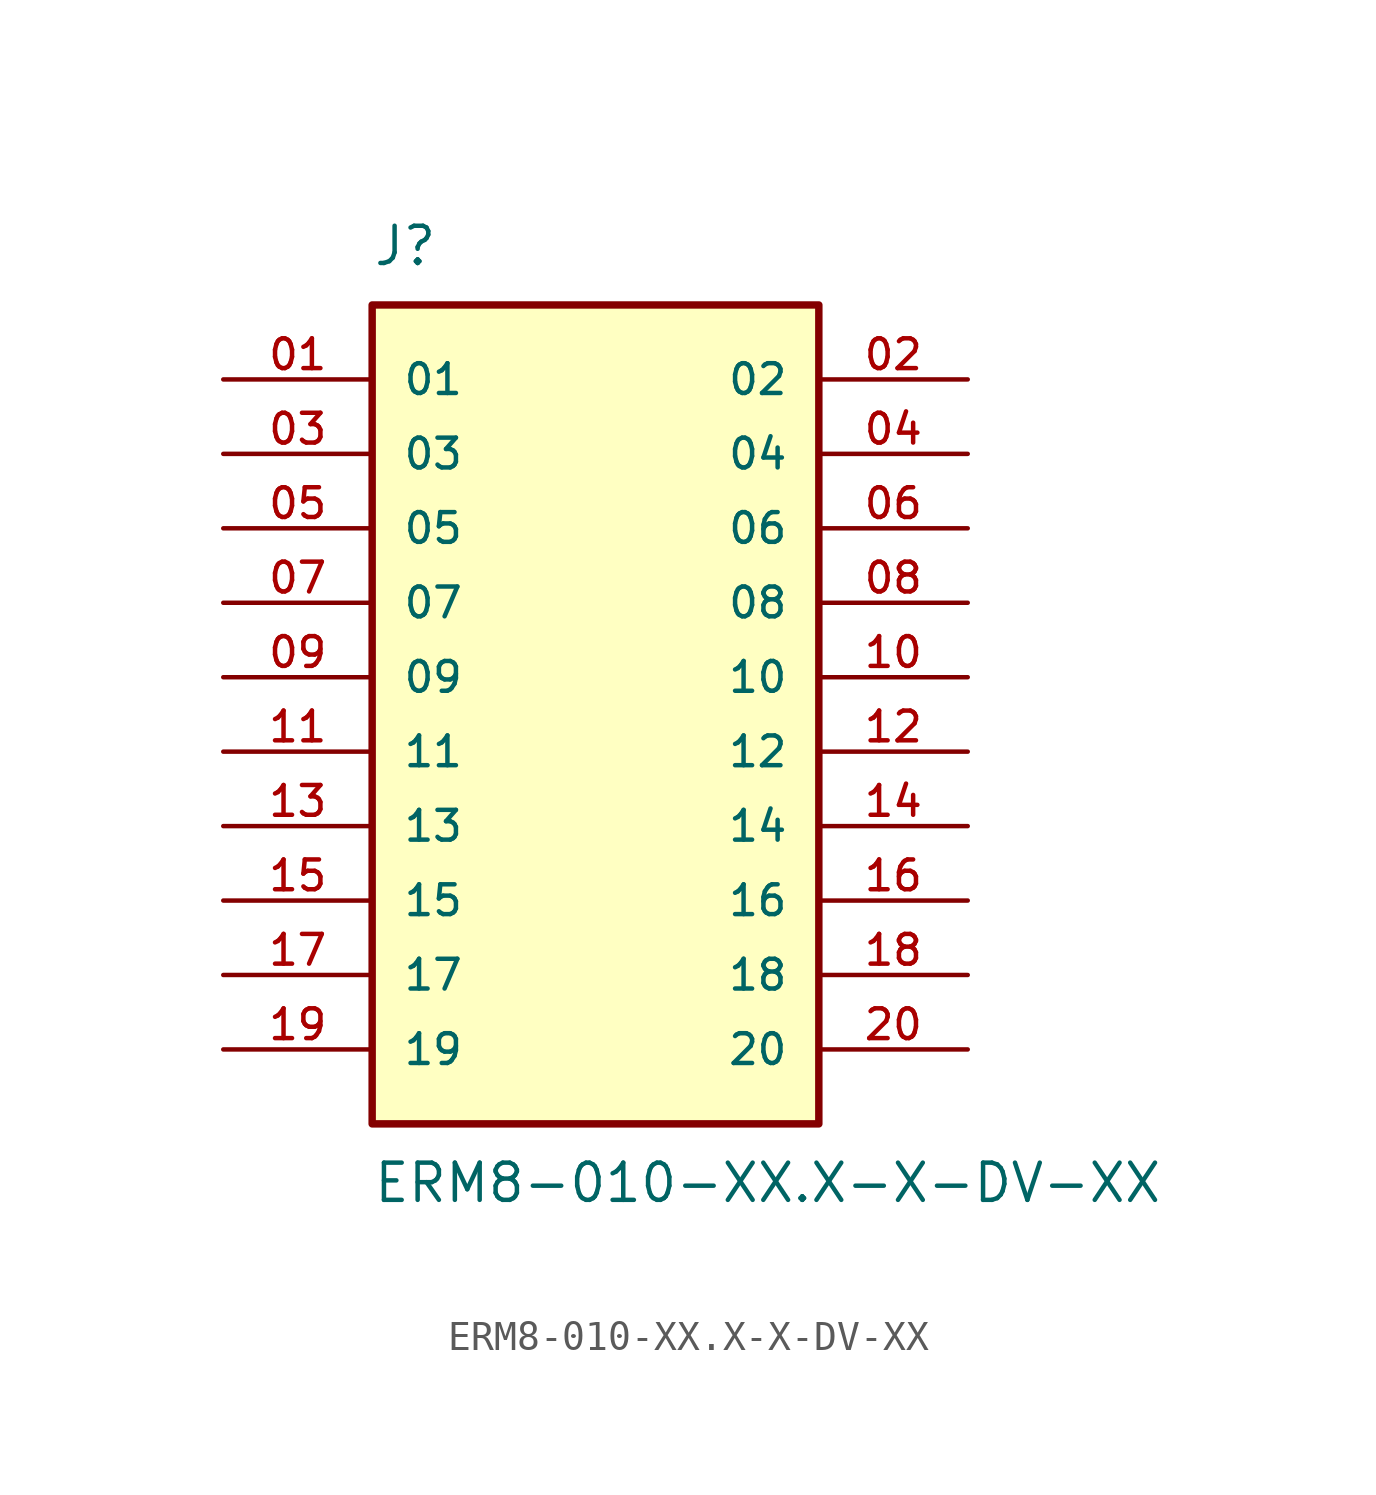
<source format=kicad_sym>
(kicad_symbol_lib
  (version 20211014)
  (generator kicad_symbol_editor)
  (symbol "ERM8-010-XX.X-X-DV-XX"
    (pin_names
      (offset 1.016))
    (property "Reference" "J"
      (at -7.62 16.51 0)
      (effects (font (size 1.27 1.27)) (justify bottom left)))
    (property "Value" "ERM8-010-XX.X-X-DV-XX"
      (at -7.62 -13.97 0)
      (effects (font (size 1.27 1.27)) (justify top left)))
    (symbol "ERM8-010-XX.X-X-DV-XX_0_0"
      (rectangle (start -7.62 -12.7) (end 7.62 15.24) (stroke (width 0.254)) (fill (type background)))
      (pin passive line (at -12.7 12.7 0) (length 5.08) (name "01" (effects (font (size 1.016 1.016)))) (number "01" (effects (font (size 1.016 1.016)))))
      (pin passive line (at 12.7 12.7 180.0) (length 5.08) (name "02" (effects (font (size 1.016 1.016)))) (number "02" (effects (font (size 1.016 1.016)))))
      (pin passive line (at -12.7 10.16 0) (length 5.08) (name "03" (effects (font (size 1.016 1.016)))) (number "03" (effects (font (size 1.016 1.016)))))
      (pin passive line (at 12.7 10.16 180.0) (length 5.08) (name "04" (effects (font (size 1.016 1.016)))) (number "04" (effects (font (size 1.016 1.016)))))
      (pin passive line (at -12.7 7.62 0) (length 5.08) (name "05" (effects (font (size 1.016 1.016)))) (number "05" (effects (font (size 1.016 1.016)))))
      (pin passive line (at 12.7 7.62 180.0) (length 5.08) (name "06" (effects (font (size 1.016 1.016)))) (number "06" (effects (font (size 1.016 1.016)))))
      (pin passive line (at -12.7 5.08 0) (length 5.08) (name "07" (effects (font (size 1.016 1.016)))) (number "07" (effects (font (size 1.016 1.016)))))
      (pin passive line (at 12.7 5.08 180.0) (length 5.08) (name "08" (effects (font (size 1.016 1.016)))) (number "08" (effects (font (size 1.016 1.016)))))
      (pin passive line (at -12.7 2.54 0) (length 5.08) (name "09" (effects (font (size 1.016 1.016)))) (number "09" (effects (font (size 1.016 1.016)))))
      (pin passive line (at 12.7 2.54 180.0) (length 5.08) (name "10" (effects (font (size 1.016 1.016)))) (number "10" (effects (font (size 1.016 1.016)))))
      (pin passive line (at -12.7 0.0 0) (length 5.08) (name "11" (effects (font (size 1.016 1.016)))) (number "11" (effects (font (size 1.016 1.016)))))
      (pin passive line (at 12.7 0.0 180.0) (length 5.08) (name "12" (effects (font (size 1.016 1.016)))) (number "12" (effects (font (size 1.016 1.016)))))
      (pin passive line (at -12.7 -2.54 0) (length 5.08) (name "13" (effects (font (size 1.016 1.016)))) (number "13" (effects (font (size 1.016 1.016)))))
      (pin passive line (at 12.7 -2.54 180.0) (length 5.08) (name "14" (effects (font (size 1.016 1.016)))) (number "14" (effects (font (size 1.016 1.016)))))
      (pin passive line (at -12.7 -5.08 0) (length 5.08) (name "15" (effects (font (size 1.016 1.016)))) (number "15" (effects (font (size 1.016 1.016)))))
      (pin passive line (at 12.7 -5.08 180.0) (length 5.08) (name "16" (effects (font (size 1.016 1.016)))) (number "16" (effects (font (size 1.016 1.016)))))
      (pin passive line (at -12.7 -7.62 0) (length 5.08) (name "17" (effects (font (size 1.016 1.016)))) (number "17" (effects (font (size 1.016 1.016)))))
      (pin passive line (at 12.7 -7.62 180.0) (length 5.08) (name "18" (effects (font (size 1.016 1.016)))) (number "18" (effects (font (size 1.016 1.016)))))
      (pin passive line (at -12.7 -10.16 0) (length 5.08) (name "19" (effects (font (size 1.016 1.016)))) (number "19" (effects (font (size 1.016 1.016)))))
      (pin passive line (at 12.7 -10.16 180.0) (length 5.08) (name "20" (effects (font (size 1.016 1.016)))) (number "20" (effects (font (size 1.016 1.016))))))))
</source>
